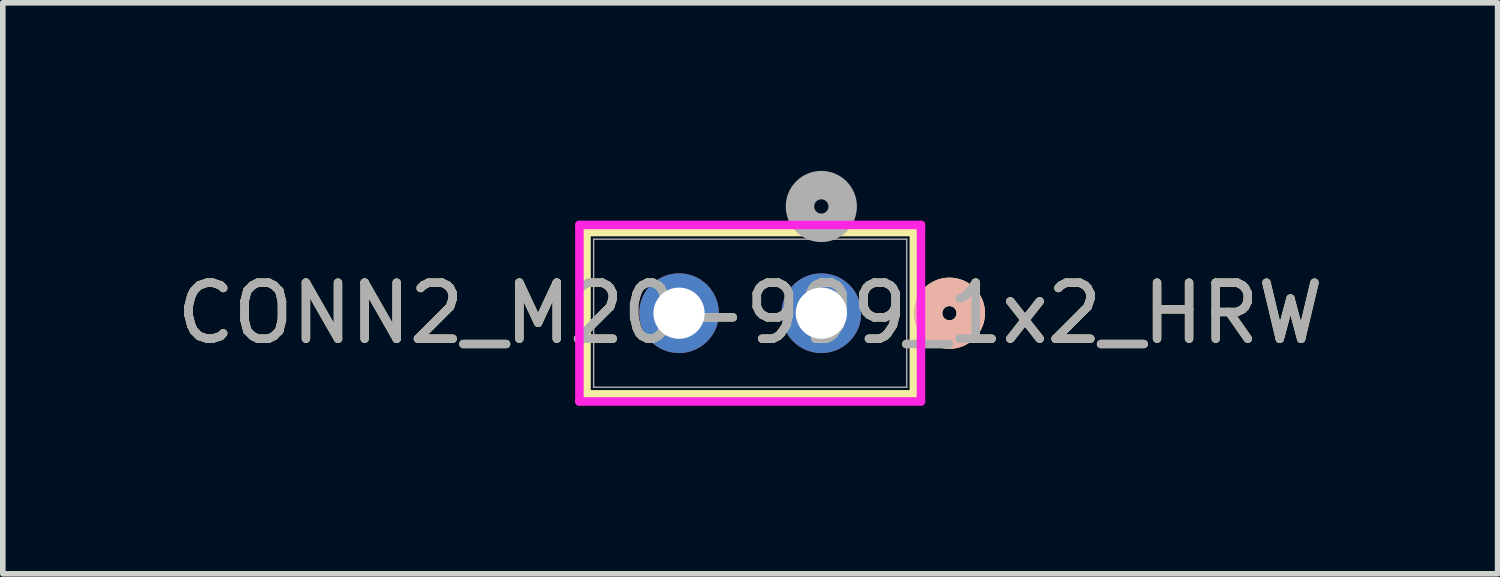
<source format=kicad_pcb>
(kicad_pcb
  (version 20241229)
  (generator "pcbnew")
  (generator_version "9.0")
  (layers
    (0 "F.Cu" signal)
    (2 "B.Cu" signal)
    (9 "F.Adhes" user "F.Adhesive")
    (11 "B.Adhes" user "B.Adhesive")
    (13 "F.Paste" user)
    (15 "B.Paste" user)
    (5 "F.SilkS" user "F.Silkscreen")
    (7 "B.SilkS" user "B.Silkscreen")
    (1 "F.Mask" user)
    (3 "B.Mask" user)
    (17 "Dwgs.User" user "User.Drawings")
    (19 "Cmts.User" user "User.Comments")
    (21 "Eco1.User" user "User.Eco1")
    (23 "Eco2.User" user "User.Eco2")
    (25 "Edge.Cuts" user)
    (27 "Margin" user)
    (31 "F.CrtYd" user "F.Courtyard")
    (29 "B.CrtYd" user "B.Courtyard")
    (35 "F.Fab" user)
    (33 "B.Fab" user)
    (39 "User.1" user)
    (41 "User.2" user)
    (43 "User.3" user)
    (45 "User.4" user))
  (footprint "CONN2_M20-999_1x2_HRW"
    (layer "F.Cu")
    (at 11.609 2.54)
    (property "Reference" "CONN2_M20-999_1x2_HRW" (at -1.27 0 0) (unlocked yes) (layer "F.SilkS") (effects (font (size 1 1) (thickness 0.15))))
    (attr through_hole)
    (fp_line (start -4.191 -1.448) (end -4.191 1.448) (stroke (width 0.152) (type solid)) (layer "F.SilkS"))
    (fp_line (start -4.191 1.448) (end 1.651 1.448) (stroke (width 0.152) (type solid)) (layer "F.SilkS"))
    (fp_line (start 1.651 -1.448) (end -4.191 -1.448) (stroke (width 0.152) (type solid)) (layer "F.SilkS"))
    (fp_line (start 1.651 1.448) (end 1.651 -1.448) (stroke (width 0.152) (type solid)) (layer "F.SilkS"))
    (fp_circle (center 2.286 0) (end 2.667 0) (stroke (width 0.508) (type solid)) (fill no) (layer "F.SilkS"))
    (fp_circle (center 2.286 0) (end 2.667 0) (stroke (width 0.508) (type solid)) (fill no) (layer "B.SilkS"))
    (fp_line (start -4.318 -1.575) (end -4.318 1.575) (stroke (width 0.152) (type solid)) (layer "F.CrtYd"))
    (fp_line (start -4.318 1.575) (end 1.778 1.575) (stroke (width 0.152) (type solid)) (layer "F.CrtYd"))
    (fp_line (start 1.778 -1.575) (end -4.318 -1.575) (stroke (width 0.152) (type solid)) (layer "F.CrtYd"))
    (fp_line (start 1.778 1.575) (end 1.778 -1.575) (stroke (width 0.152) (type solid)) (layer "F.CrtYd"))
    (fp_line (start -4.064 -1.321) (end -4.064 1.321) (stroke (width 0.025) (type solid)) (layer "F.Fab"))
    (fp_line (start -4.064 1.321) (end 1.524 1.321) (stroke (width 0.025) (type solid)) (layer "F.Fab"))
    (fp_line (start 1.524 -1.321) (end -4.064 -1.321) (stroke (width 0.025) (type solid)) (layer "F.Fab"))
    (fp_line (start 1.524 1.321) (end 1.524 -1.321) (stroke (width 0.025) (type solid)) (layer "F.Fab"))
    (fp_circle (center 0 -1.905) (end 0.381 -1.905) (stroke (width 0.508) (type solid)) (fill no) (layer "F.Fab"))
    (fp_text user "${REFERENCE}" (at -1.27 0 0) (unlocked yes) (layer "F.Fab") (effects (font (size 1 1) (thickness 0.15))))
    (pad "1" thru_hole circle (at 0 0) (size 1.422 1.422) (drill 0.914) (layers "*.Cu" "*.Mask"))
    (pad "2" thru_hole circle (at -2.54 0) (size 1.422 1.422) (drill 0.914) (layers "*.Cu" "*.Mask")))
  (gr_rect
    (start -3 -3)
    (end 23.679 7.191)
    (stroke (width 0.1) (type default))
    (fill no)
    (layer "Edge.Cuts")))
</source>
